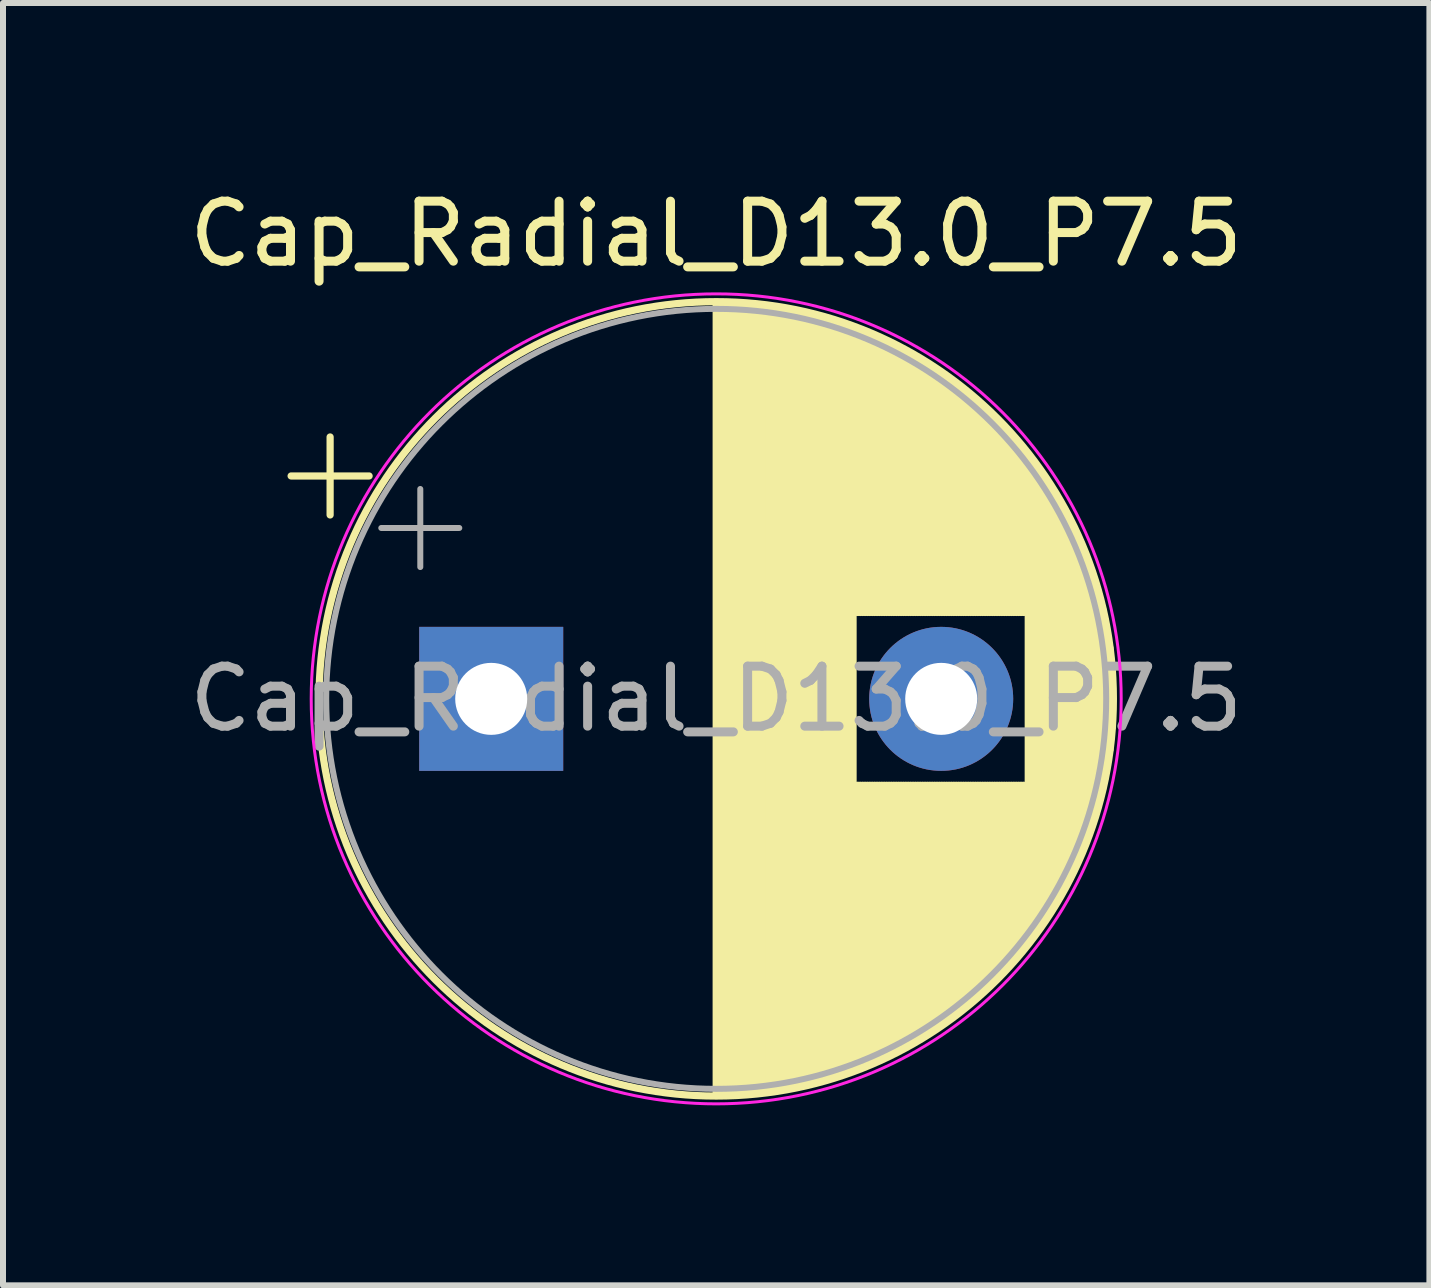
<source format=kicad_pcb>
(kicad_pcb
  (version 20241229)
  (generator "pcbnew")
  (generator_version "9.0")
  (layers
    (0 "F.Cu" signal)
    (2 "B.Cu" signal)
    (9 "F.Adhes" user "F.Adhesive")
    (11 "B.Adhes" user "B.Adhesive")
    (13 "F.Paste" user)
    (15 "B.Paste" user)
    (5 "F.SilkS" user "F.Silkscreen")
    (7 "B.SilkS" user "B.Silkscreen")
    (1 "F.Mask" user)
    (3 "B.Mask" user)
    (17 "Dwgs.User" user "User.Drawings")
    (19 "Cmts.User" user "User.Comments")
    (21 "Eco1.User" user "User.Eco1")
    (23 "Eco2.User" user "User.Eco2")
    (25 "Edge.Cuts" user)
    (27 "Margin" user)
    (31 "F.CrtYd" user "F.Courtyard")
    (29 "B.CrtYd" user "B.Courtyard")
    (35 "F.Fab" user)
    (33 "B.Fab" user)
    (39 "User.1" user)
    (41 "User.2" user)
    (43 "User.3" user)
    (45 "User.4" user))
  (footprint "Cap_Radial_D13.0_P7.5"
    (layer "F.Cu")
    (at 8.887 8.598)
    (property "Reference" "Cap_Radial_D13.0_P7.5" (at 0 -7.75 0) (layer "F.SilkS") (effects (font (size 1 1) (thickness 0.15))))
    (fp_line (start -7.085 -3.715) (end -5.785 -3.715) (stroke (width 0.12) (type solid)) (layer "F.SilkS"))
    (fp_line (start -6.435 -4.365) (end -6.435 -3.065) (stroke (width 0.12) (type solid)) (layer "F.SilkS"))
    (fp_line (start 0 -6.58) (end 0 6.58) (stroke (width 0.12) (type solid)) (layer "F.SilkS"))
    (fp_line (start 0.04 -6.58) (end 0.04 6.58) (stroke (width 0.12) (type solid)) (layer "F.SilkS"))
    (fp_line (start 0.08 -6.58) (end 0.08 6.58) (stroke (width 0.12) (type solid)) (layer "F.SilkS"))
    (fp_line (start 0.12 -6.579) (end 0.12 6.579) (stroke (width 0.12) (type solid)) (layer "F.SilkS"))
    (fp_line (start 0.16 -6.579) (end 0.16 6.579) (stroke (width 0.12) (type solid)) (layer "F.SilkS"))
    (fp_line (start 0.2 -6.577) (end 0.2 6.577) (stroke (width 0.12) (type solid)) (layer "F.SilkS"))
    (fp_line (start 0.24 -6.576) (end 0.24 6.576) (stroke (width 0.12) (type solid)) (layer "F.SilkS"))
    (fp_line (start 0.28 -6.575) (end 0.28 6.575) (stroke (width 0.12) (type solid)) (layer "F.SilkS"))
    (fp_line (start 0.32 -6.573) (end 0.32 6.573) (stroke (width 0.12) (type solid)) (layer "F.SilkS"))
    (fp_line (start 0.36 -6.571) (end 0.36 6.571) (stroke (width 0.12) (type solid)) (layer "F.SilkS"))
    (fp_line (start 0.4 -6.568) (end 0.4 6.568) (stroke (width 0.12) (type solid)) (layer "F.SilkS"))
    (fp_line (start 0.44 -6.566) (end 0.44 6.566) (stroke (width 0.12) (type solid)) (layer "F.SilkS"))
    (fp_line (start 0.48 -6.563) (end 0.48 6.563) (stroke (width 0.12) (type solid)) (layer "F.SilkS"))
    (fp_line (start 0.52 -6.56) (end 0.52 6.56) (stroke (width 0.12) (type solid)) (layer "F.SilkS"))
    (fp_line (start 0.56 -6.557) (end 0.56 6.557) (stroke (width 0.12) (type solid)) (layer "F.SilkS"))
    (fp_line (start 0.6 -6.553) (end 0.6 6.553) (stroke (width 0.12) (type solid)) (layer "F.SilkS"))
    (fp_line (start 0.64 -6.549) (end 0.64 6.549) (stroke (width 0.12) (type solid)) (layer "F.SilkS"))
    (fp_line (start 0.68 -6.545) (end 0.68 6.545) (stroke (width 0.12) (type solid)) (layer "F.SilkS"))
    (fp_line (start 0.721 -6.541) (end 0.721 6.541) (stroke (width 0.12) (type solid)) (layer "F.SilkS"))
    (fp_line (start 0.761 -6.537) (end 0.761 6.537) (stroke (width 0.12) (type solid)) (layer "F.SilkS"))
    (fp_line (start 0.801 -6.532) (end 0.801 6.532) (stroke (width 0.12) (type solid)) (layer "F.SilkS"))
    (fp_line (start 0.841 -6.527) (end 0.841 6.527) (stroke (width 0.12) (type solid)) (layer "F.SilkS"))
    (fp_line (start 0.881 -6.522) (end 0.881 6.522) (stroke (width 0.12) (type solid)) (layer "F.SilkS"))
    (fp_line (start 0.921 -6.516) (end 0.921 6.516) (stroke (width 0.12) (type solid)) (layer "F.SilkS"))
    (fp_line (start 0.961 -6.511) (end 0.961 6.511) (stroke (width 0.12) (type solid)) (layer "F.SilkS"))
    (fp_line (start 1.001 -6.505) (end 1.001 6.505) (stroke (width 0.12) (type solid)) (layer "F.SilkS"))
    (fp_line (start 1.041 -6.498) (end 1.041 6.498) (stroke (width 0.12) (type solid)) (layer "F.SilkS"))
    (fp_line (start 1.081 -6.492) (end 1.081 6.492) (stroke (width 0.12) (type solid)) (layer "F.SilkS"))
    (fp_line (start 1.121 -6.485) (end 1.121 6.485) (stroke (width 0.12) (type solid)) (layer "F.SilkS"))
    (fp_line (start 1.161 -6.478) (end 1.161 6.478) (stroke (width 0.12) (type solid)) (layer "F.SilkS"))
    (fp_line (start 1.201 -6.471) (end 1.201 6.471) (stroke (width 0.12) (type solid)) (layer "F.SilkS"))
    (fp_line (start 1.241 -6.463) (end 1.241 6.463) (stroke (width 0.12) (type solid)) (layer "F.SilkS"))
    (fp_line (start 1.281 -6.456) (end 1.281 6.456) (stroke (width 0.12) (type solid)) (layer "F.SilkS"))
    (fp_line (start 1.321 -6.448) (end 1.321 6.448) (stroke (width 0.12) (type solid)) (layer "F.SilkS"))
    (fp_line (start 1.361 -6.439) (end 1.361 6.439) (stroke (width 0.12) (type solid)) (layer "F.SilkS"))
    (fp_line (start 1.401 -6.431) (end 1.401 6.431) (stroke (width 0.12) (type solid)) (layer "F.SilkS"))
    (fp_line (start 1.441 -6.422) (end 1.441 6.422) (stroke (width 0.12) (type solid)) (layer "F.SilkS"))
    (fp_line (start 1.481 -6.413) (end 1.481 6.413) (stroke (width 0.12) (type solid)) (layer "F.SilkS"))
    (fp_line (start 1.521 -6.404) (end 1.521 6.404) (stroke (width 0.12) (type solid)) (layer "F.SilkS"))
    (fp_line (start 1.561 -6.394) (end 1.561 6.394) (stroke (width 0.12) (type solid)) (layer "F.SilkS"))
    (fp_line (start 1.601 -6.384) (end 1.601 6.384) (stroke (width 0.12) (type solid)) (layer "F.SilkS"))
    (fp_line (start 1.641 -6.374) (end 1.641 6.374) (stroke (width 0.12) (type solid)) (layer "F.SilkS"))
    (fp_line (start 1.681 -6.364) (end 1.681 6.364) (stroke (width 0.12) (type solid)) (layer "F.SilkS"))
    (fp_line (start 1.721 -6.353) (end 1.721 6.353) (stroke (width 0.12) (type solid)) (layer "F.SilkS"))
    (fp_line (start 1.761 -6.342) (end 1.761 6.342) (stroke (width 0.12) (type solid)) (layer "F.SilkS"))
    (fp_line (start 1.801 -6.331) (end 1.801 6.331) (stroke (width 0.12) (type solid)) (layer "F.SilkS"))
    (fp_line (start 1.841 -6.32) (end 1.841 6.32) (stroke (width 0.12) (type solid)) (layer "F.SilkS"))
    (fp_line (start 1.881 -6.308) (end 1.881 6.308) (stroke (width 0.12) (type solid)) (layer "F.SilkS"))
    (fp_line (start 1.921 -6.296) (end 1.921 6.296) (stroke (width 0.12) (type solid)) (layer "F.SilkS"))
    (fp_line (start 1.961 -6.284) (end 1.961 6.284) (stroke (width 0.12) (type solid)) (layer "F.SilkS"))
    (fp_line (start 2.001 -6.271) (end 2.001 6.271) (stroke (width 0.12) (type solid)) (layer "F.SilkS"))
    (fp_line (start 2.041 -6.258) (end 2.041 6.258) (stroke (width 0.12) (type solid)) (layer "F.SilkS"))
    (fp_line (start 2.081 -6.245) (end 2.081 6.245) (stroke (width 0.12) (type solid)) (layer "F.SilkS"))
    (fp_line (start 2.121 -6.232) (end 2.121 6.232) (stroke (width 0.12) (type solid)) (layer "F.SilkS"))
    (fp_line (start 2.161 -6.218) (end 2.161 6.218) (stroke (width 0.12) (type solid)) (layer "F.SilkS"))
    (fp_line (start 2.201 -6.204) (end 2.201 6.204) (stroke (width 0.12) (type solid)) (layer "F.SilkS"))
    (fp_line (start 2.241 -6.19) (end 2.241 6.19) (stroke (width 0.12) (type solid)) (layer "F.SilkS"))
    (fp_line (start 2.281 -6.175) (end 2.281 6.175) (stroke (width 0.12) (type solid)) (layer "F.SilkS"))
    (fp_line (start 2.321 -6.161) (end 2.321 -1.44) (stroke (width 0.12) (type solid)) (layer "F.SilkS"))
    (fp_line (start 2.321 1.44) (end 2.321 6.161) (stroke (width 0.12) (type solid)) (layer "F.SilkS"))
    (fp_line (start 2.361 -6.146) (end 2.361 -1.44) (stroke (width 0.12) (type solid)) (layer "F.SilkS"))
    (fp_line (start 2.361 1.44) (end 2.361 6.146) (stroke (width 0.12) (type solid)) (layer "F.SilkS"))
    (fp_line (start 2.401 -6.13) (end 2.401 -1.44) (stroke (width 0.12) (type solid)) (layer "F.SilkS"))
    (fp_line (start 2.401 1.44) (end 2.401 6.13) (stroke (width 0.12) (type solid)) (layer "F.SilkS"))
    (fp_line (start 2.441 -6.114) (end 2.441 -1.44) (stroke (width 0.12) (type solid)) (layer "F.SilkS"))
    (fp_line (start 2.441 1.44) (end 2.441 6.114) (stroke (width 0.12) (type solid)) (layer "F.SilkS"))
    (fp_line (start 2.481 -6.098) (end 2.481 -1.44) (stroke (width 0.12) (type solid)) (layer "F.SilkS"))
    (fp_line (start 2.481 1.44) (end 2.481 6.098) (stroke (width 0.12) (type solid)) (layer "F.SilkS"))
    (fp_line (start 2.521 -6.082) (end 2.521 -1.44) (stroke (width 0.12) (type solid)) (layer "F.SilkS"))
    (fp_line (start 2.521 1.44) (end 2.521 6.082) (stroke (width 0.12) (type solid)) (layer "F.SilkS"))
    (fp_line (start 2.561 -6.065) (end 2.561 -1.44) (stroke (width 0.12) (type solid)) (layer "F.SilkS"))
    (fp_line (start 2.561 1.44) (end 2.561 6.065) (stroke (width 0.12) (type solid)) (layer "F.SilkS"))
    (fp_line (start 2.601 -6.049) (end 2.601 -1.44) (stroke (width 0.12) (type solid)) (layer "F.SilkS"))
    (fp_line (start 2.601 1.44) (end 2.601 6.049) (stroke (width 0.12) (type solid)) (layer "F.SilkS"))
    (fp_line (start 2.641 -6.031) (end 2.641 -1.44) (stroke (width 0.12) (type solid)) (layer "F.SilkS"))
    (fp_line (start 2.641 1.44) (end 2.641 6.031) (stroke (width 0.12) (type solid)) (layer "F.SilkS"))
    (fp_line (start 2.681 -6.014) (end 2.681 -1.44) (stroke (width 0.12) (type solid)) (layer "F.SilkS"))
    (fp_line (start 2.681 1.44) (end 2.681 6.014) (stroke (width 0.12) (type solid)) (layer "F.SilkS"))
    (fp_line (start 2.721 -5.996) (end 2.721 -1.44) (stroke (width 0.12) (type solid)) (layer "F.SilkS"))
    (fp_line (start 2.721 1.44) (end 2.721 5.996) (stroke (width 0.12) (type solid)) (layer "F.SilkS"))
    (fp_line (start 2.761 -5.978) (end 2.761 -1.44) (stroke (width 0.12) (type solid)) (layer "F.SilkS"))
    (fp_line (start 2.761 1.44) (end 2.761 5.978) (stroke (width 0.12) (type solid)) (layer "F.SilkS"))
    (fp_line (start 2.801 -5.959) (end 2.801 -1.44) (stroke (width 0.12) (type solid)) (layer "F.SilkS"))
    (fp_line (start 2.801 1.44) (end 2.801 5.959) (stroke (width 0.12) (type solid)) (layer "F.SilkS"))
    (fp_line (start 2.841 -5.94) (end 2.841 -1.44) (stroke (width 0.12) (type solid)) (layer "F.SilkS"))
    (fp_line (start 2.841 1.44) (end 2.841 5.94) (stroke (width 0.12) (type solid)) (layer "F.SilkS"))
    (fp_line (start 2.881 -5.921) (end 2.881 -1.44) (stroke (width 0.12) (type solid)) (layer "F.SilkS"))
    (fp_line (start 2.881 1.44) (end 2.881 5.921) (stroke (width 0.12) (type solid)) (layer "F.SilkS"))
    (fp_line (start 2.921 -5.902) (end 2.921 -1.44) (stroke (width 0.12) (type solid)) (layer "F.SilkS"))
    (fp_line (start 2.921 1.44) (end 2.921 5.902) (stroke (width 0.12) (type solid)) (layer "F.SilkS"))
    (fp_line (start 2.961 -5.882) (end 2.961 -1.44) (stroke (width 0.12) (type solid)) (layer "F.SilkS"))
    (fp_line (start 2.961 1.44) (end 2.961 5.882) (stroke (width 0.12) (type solid)) (layer "F.SilkS"))
    (fp_line (start 3.001 -5.862) (end 3.001 -1.44) (stroke (width 0.12) (type solid)) (layer "F.SilkS"))
    (fp_line (start 3.001 1.44) (end 3.001 5.862) (stroke (width 0.12) (type solid)) (layer "F.SilkS"))
    (fp_line (start 3.041 -5.841) (end 3.041 -1.44) (stroke (width 0.12) (type solid)) (layer "F.SilkS"))
    (fp_line (start 3.041 1.44) (end 3.041 5.841) (stroke (width 0.12) (type solid)) (layer "F.SilkS"))
    (fp_line (start 3.081 -5.82) (end 3.081 -1.44) (stroke (width 0.12) (type solid)) (layer "F.SilkS"))
    (fp_line (start 3.081 1.44) (end 3.081 5.82) (stroke (width 0.12) (type solid)) (layer "F.SilkS"))
    (fp_line (start 3.121 -5.799) (end 3.121 -1.44) (stroke (width 0.12) (type solid)) (layer "F.SilkS"))
    (fp_line (start 3.121 1.44) (end 3.121 5.799) (stroke (width 0.12) (type solid)) (layer "F.SilkS"))
    (fp_line (start 3.161 -5.778) (end 3.161 -1.44) (stroke (width 0.12) (type solid)) (layer "F.SilkS"))
    (fp_line (start 3.161 1.44) (end 3.161 5.778) (stroke (width 0.12) (type solid)) (layer "F.SilkS"))
    (fp_line (start 3.201 -5.756) (end 3.201 -1.44) (stroke (width 0.12) (type solid)) (layer "F.SilkS"))
    (fp_line (start 3.201 1.44) (end 3.201 5.756) (stroke (width 0.12) (type solid)) (layer "F.SilkS"))
    (fp_line (start 3.241 -5.733) (end 3.241 -1.44) (stroke (width 0.12) (type solid)) (layer "F.SilkS"))
    (fp_line (start 3.241 1.44) (end 3.241 5.733) (stroke (width 0.12) (type solid)) (layer "F.SilkS"))
    (fp_line (start 3.281 -5.711) (end 3.281 -1.44) (stroke (width 0.12) (type solid)) (layer "F.SilkS"))
    (fp_line (start 3.281 1.44) (end 3.281 5.711) (stroke (width 0.12) (type solid)) (layer "F.SilkS"))
    (fp_line (start 3.321 -5.688) (end 3.321 -1.44) (stroke (width 0.12) (type solid)) (layer "F.SilkS"))
    (fp_line (start 3.321 1.44) (end 3.321 5.688) (stroke (width 0.12) (type solid)) (layer "F.SilkS"))
    (fp_line (start 3.361 -5.664) (end 3.361 -1.44) (stroke (width 0.12) (type solid)) (layer "F.SilkS"))
    (fp_line (start 3.361 1.44) (end 3.361 5.664) (stroke (width 0.12) (type solid)) (layer "F.SilkS"))
    (fp_line (start 3.401 -5.641) (end 3.401 -1.44) (stroke (width 0.12) (type solid)) (layer "F.SilkS"))
    (fp_line (start 3.401 1.44) (end 3.401 5.641) (stroke (width 0.12) (type solid)) (layer "F.SilkS"))
    (fp_line (start 3.441 -5.617) (end 3.441 -1.44) (stroke (width 0.12) (type solid)) (layer "F.SilkS"))
    (fp_line (start 3.441 1.44) (end 3.441 5.617) (stroke (width 0.12) (type solid)) (layer "F.SilkS"))
    (fp_line (start 3.481 -5.592) (end 3.481 -1.44) (stroke (width 0.12) (type solid)) (layer "F.SilkS"))
    (fp_line (start 3.481 1.44) (end 3.481 5.592) (stroke (width 0.12) (type solid)) (layer "F.SilkS"))
    (fp_line (start 3.521 -5.567) (end 3.521 -1.44) (stroke (width 0.12) (type solid)) (layer "F.SilkS"))
    (fp_line (start 3.521 1.44) (end 3.521 5.567) (stroke (width 0.12) (type solid)) (layer "F.SilkS"))
    (fp_line (start 3.561 -5.542) (end 3.561 -1.44) (stroke (width 0.12) (type solid)) (layer "F.SilkS"))
    (fp_line (start 3.561 1.44) (end 3.561 5.542) (stroke (width 0.12) (type solid)) (layer "F.SilkS"))
    (fp_line (start 3.601 -5.516) (end 3.601 -1.44) (stroke (width 0.12) (type solid)) (layer "F.SilkS"))
    (fp_line (start 3.601 1.44) (end 3.601 5.516) (stroke (width 0.12) (type solid)) (layer "F.SilkS"))
    (fp_line (start 3.641 -5.49) (end 3.641 -1.44) (stroke (width 0.12) (type solid)) (layer "F.SilkS"))
    (fp_line (start 3.641 1.44) (end 3.641 5.49) (stroke (width 0.12) (type solid)) (layer "F.SilkS"))
    (fp_line (start 3.681 -5.463) (end 3.681 -1.44) (stroke (width 0.12) (type solid)) (layer "F.SilkS"))
    (fp_line (start 3.681 1.44) (end 3.681 5.463) (stroke (width 0.12) (type solid)) (layer "F.SilkS"))
    (fp_line (start 3.721 -5.436) (end 3.721 -1.44) (stroke (width 0.12) (type solid)) (layer "F.SilkS"))
    (fp_line (start 3.721 1.44) (end 3.721 5.436) (stroke (width 0.12) (type solid)) (layer "F.SilkS"))
    (fp_line (start 3.761 -5.409) (end 3.761 -1.44) (stroke (width 0.12) (type solid)) (layer "F.SilkS"))
    (fp_line (start 3.761 1.44) (end 3.761 5.409) (stroke (width 0.12) (type solid)) (layer "F.SilkS"))
    (fp_line (start 3.801 -5.381) (end 3.801 -1.44) (stroke (width 0.12) (type solid)) (layer "F.SilkS"))
    (fp_line (start 3.801 1.44) (end 3.801 5.381) (stroke (width 0.12) (type solid)) (layer "F.SilkS"))
    (fp_line (start 3.841 -5.353) (end 3.841 -1.44) (stroke (width 0.12) (type solid)) (layer "F.SilkS"))
    (fp_line (start 3.841 1.44) (end 3.841 5.353) (stroke (width 0.12) (type solid)) (layer "F.SilkS"))
    (fp_line (start 3.881 -5.324) (end 3.881 -1.44) (stroke (width 0.12) (type solid)) (layer "F.SilkS"))
    (fp_line (start 3.881 1.44) (end 3.881 5.324) (stroke (width 0.12) (type solid)) (layer "F.SilkS"))
    (fp_line (start 3.921 -5.295) (end 3.921 -1.44) (stroke (width 0.12) (type solid)) (layer "F.SilkS"))
    (fp_line (start 3.921 1.44) (end 3.921 5.295) (stroke (width 0.12) (type solid)) (layer "F.SilkS"))
    (fp_line (start 3.961 -5.265) (end 3.961 -1.44) (stroke (width 0.12) (type solid)) (layer "F.SilkS"))
    (fp_line (start 3.961 1.44) (end 3.961 5.265) (stroke (width 0.12) (type solid)) (layer "F.SilkS"))
    (fp_line (start 4.001 -5.235) (end 4.001 -1.44) (stroke (width 0.12) (type solid)) (layer "F.SilkS"))
    (fp_line (start 4.001 1.44) (end 4.001 5.235) (stroke (width 0.12) (type solid)) (layer "F.SilkS"))
    (fp_line (start 4.041 -5.205) (end 4.041 -1.44) (stroke (width 0.12) (type solid)) (layer "F.SilkS"))
    (fp_line (start 4.041 1.44) (end 4.041 5.205) (stroke (width 0.12) (type solid)) (layer "F.SilkS"))
    (fp_line (start 4.081 -5.174) (end 4.081 -1.44) (stroke (width 0.12) (type solid)) (layer "F.SilkS"))
    (fp_line (start 4.081 1.44) (end 4.081 5.174) (stroke (width 0.12) (type solid)) (layer "F.SilkS"))
    (fp_line (start 4.121 -5.142) (end 4.121 -1.44) (stroke (width 0.12) (type solid)) (layer "F.SilkS"))
    (fp_line (start 4.121 1.44) (end 4.121 5.142) (stroke (width 0.12) (type solid)) (layer "F.SilkS"))
    (fp_line (start 4.161 -5.11) (end 4.161 -1.44) (stroke (width 0.12) (type solid)) (layer "F.SilkS"))
    (fp_line (start 4.161 1.44) (end 4.161 5.11) (stroke (width 0.12) (type solid)) (layer "F.SilkS"))
    (fp_line (start 4.201 -5.078) (end 4.201 -1.44) (stroke (width 0.12) (type solid)) (layer "F.SilkS"))
    (fp_line (start 4.201 1.44) (end 4.201 5.078) (stroke (width 0.12) (type solid)) (layer "F.SilkS"))
    (fp_line (start 4.241 -5.044) (end 4.241 -1.44) (stroke (width 0.12) (type solid)) (layer "F.SilkS"))
    (fp_line (start 4.241 1.44) (end 4.241 5.044) (stroke (width 0.12) (type solid)) (layer "F.SilkS"))
    (fp_line (start 4.281 -5.011) (end 4.281 -1.44) (stroke (width 0.12) (type solid)) (layer "F.SilkS"))
    (fp_line (start 4.281 1.44) (end 4.281 5.011) (stroke (width 0.12) (type solid)) (layer "F.SilkS"))
    (fp_line (start 4.321 -4.977) (end 4.321 -1.44) (stroke (width 0.12) (type solid)) (layer "F.SilkS"))
    (fp_line (start 4.321 1.44) (end 4.321 4.977) (stroke (width 0.12) (type solid)) (layer "F.SilkS"))
    (fp_line (start 4.361 -4.942) (end 4.361 -1.44) (stroke (width 0.12) (type solid)) (layer "F.SilkS"))
    (fp_line (start 4.361 1.44) (end 4.361 4.942) (stroke (width 0.12) (type solid)) (layer "F.SilkS"))
    (fp_line (start 4.401 -4.907) (end 4.401 -1.44) (stroke (width 0.12) (type solid)) (layer "F.SilkS"))
    (fp_line (start 4.401 1.44) (end 4.401 4.907) (stroke (width 0.12) (type solid)) (layer "F.SilkS"))
    (fp_line (start 4.441 -4.871) (end 4.441 -1.44) (stroke (width 0.12) (type solid)) (layer "F.SilkS"))
    (fp_line (start 4.441 1.44) (end 4.441 4.871) (stroke (width 0.12) (type solid)) (layer "F.SilkS"))
    (fp_line (start 4.481 -4.834) (end 4.481 -1.44) (stroke (width 0.12) (type solid)) (layer "F.SilkS"))
    (fp_line (start 4.481 1.44) (end 4.481 4.834) (stroke (width 0.12) (type solid)) (layer "F.SilkS"))
    (fp_line (start 4.521 -4.797) (end 4.521 -1.44) (stroke (width 0.12) (type solid)) (layer "F.SilkS"))
    (fp_line (start 4.521 1.44) (end 4.521 4.797) (stroke (width 0.12) (type solid)) (layer "F.SilkS"))
    (fp_line (start 4.561 -4.76) (end 4.561 -1.44) (stroke (width 0.12) (type solid)) (layer "F.SilkS"))
    (fp_line (start 4.561 1.44) (end 4.561 4.76) (stroke (width 0.12) (type solid)) (layer "F.SilkS"))
    (fp_line (start 4.601 -4.721) (end 4.601 -1.44) (stroke (width 0.12) (type solid)) (layer "F.SilkS"))
    (fp_line (start 4.601 1.44) (end 4.601 4.721) (stroke (width 0.12) (type solid)) (layer "F.SilkS"))
    (fp_line (start 4.641 -4.682) (end 4.641 -1.44) (stroke (width 0.12) (type solid)) (layer "F.SilkS"))
    (fp_line (start 4.641 1.44) (end 4.641 4.682) (stroke (width 0.12) (type solid)) (layer "F.SilkS"))
    (fp_line (start 4.681 -4.643) (end 4.681 -1.44) (stroke (width 0.12) (type solid)) (layer "F.SilkS"))
    (fp_line (start 4.681 1.44) (end 4.681 4.643) (stroke (width 0.12) (type solid)) (layer "F.SilkS"))
    (fp_line (start 4.721 -4.602) (end 4.721 -1.44) (stroke (width 0.12) (type solid)) (layer "F.SilkS"))
    (fp_line (start 4.721 1.44) (end 4.721 4.602) (stroke (width 0.12) (type solid)) (layer "F.SilkS"))
    (fp_line (start 4.761 -4.561) (end 4.761 -1.44) (stroke (width 0.12) (type solid)) (layer "F.SilkS"))
    (fp_line (start 4.761 1.44) (end 4.761 4.561) (stroke (width 0.12) (type solid)) (layer "F.SilkS"))
    (fp_line (start 4.801 -4.519) (end 4.801 -1.44) (stroke (width 0.12) (type solid)) (layer "F.SilkS"))
    (fp_line (start 4.801 1.44) (end 4.801 4.519) (stroke (width 0.12) (type solid)) (layer "F.SilkS"))
    (fp_line (start 4.841 -4.477) (end 4.841 -1.44) (stroke (width 0.12) (type solid)) (layer "F.SilkS"))
    (fp_line (start 4.841 1.44) (end 4.841 4.477) (stroke (width 0.12) (type solid)) (layer "F.SilkS"))
    (fp_line (start 4.881 -4.434) (end 4.881 -1.44) (stroke (width 0.12) (type solid)) (layer "F.SilkS"))
    (fp_line (start 4.881 1.44) (end 4.881 4.434) (stroke (width 0.12) (type solid)) (layer "F.SilkS"))
    (fp_line (start 4.921 -4.39) (end 4.921 -1.44) (stroke (width 0.12) (type solid)) (layer "F.SilkS"))
    (fp_line (start 4.921 1.44) (end 4.921 4.39) (stroke (width 0.12) (type solid)) (layer "F.SilkS"))
    (fp_line (start 4.961 -4.345) (end 4.961 -1.44) (stroke (width 0.12) (type solid)) (layer "F.SilkS"))
    (fp_line (start 4.961 1.44) (end 4.961 4.345) (stroke (width 0.12) (type solid)) (layer "F.SilkS"))
    (fp_line (start 5.001 -4.299) (end 5.001 -1.44) (stroke (width 0.12) (type solid)) (layer "F.SilkS"))
    (fp_line (start 5.001 1.44) (end 5.001 4.299) (stroke (width 0.12) (type solid)) (layer "F.SilkS"))
    (fp_line (start 5.041 -4.253) (end 5.041 -1.44) (stroke (width 0.12) (type solid)) (layer "F.SilkS"))
    (fp_line (start 5.041 1.44) (end 5.041 4.253) (stroke (width 0.12) (type solid)) (layer "F.SilkS"))
    (fp_line (start 5.081 -4.205) (end 5.081 -1.44) (stroke (width 0.12) (type solid)) (layer "F.SilkS"))
    (fp_line (start 5.081 1.44) (end 5.081 4.205) (stroke (width 0.12) (type solid)) (layer "F.SilkS"))
    (fp_line (start 5.121 -4.157) (end 5.121 -1.44) (stroke (width 0.12) (type solid)) (layer "F.SilkS"))
    (fp_line (start 5.121 1.44) (end 5.121 4.157) (stroke (width 0.12) (type solid)) (layer "F.SilkS"))
    (fp_line (start 5.161 -4.108) (end 5.161 -1.44) (stroke (width 0.12) (type solid)) (layer "F.SilkS"))
    (fp_line (start 5.161 1.44) (end 5.161 4.108) (stroke (width 0.12) (type solid)) (layer "F.SilkS"))
    (fp_line (start 5.201 -4.057) (end 5.201 4.057) (stroke (width 0.12) (type solid)) (layer "F.SilkS"))
    (fp_line (start 5.241 -4.006) (end 5.241 4.006) (stroke (width 0.12) (type solid)) (layer "F.SilkS"))
    (fp_line (start 5.281 -3.954) (end 5.281 3.954) (stroke (width 0.12) (type solid)) (layer "F.SilkS"))
    (fp_line (start 5.321 -3.9) (end 5.321 3.9) (stroke (width 0.12) (type solid)) (layer "F.SilkS"))
    (fp_line (start 5.361 -3.846) (end 5.361 3.846) (stroke (width 0.12) (type solid)) (layer "F.SilkS"))
    (fp_line (start 5.401 -3.79) (end 5.401 3.79) (stroke (width 0.12) (type solid)) (layer "F.SilkS"))
    (fp_line (start 5.441 -3.733) (end 5.441 3.733) (stroke (width 0.12) (type solid)) (layer "F.SilkS"))
    (fp_line (start 5.481 -3.675) (end 5.481 3.675) (stroke (width 0.12) (type solid)) (layer "F.SilkS"))
    (fp_line (start 5.521 -3.615) (end 5.521 3.615) (stroke (width 0.12) (type solid)) (layer "F.SilkS"))
    (fp_line (start 5.561 -3.554) (end 5.561 3.554) (stroke (width 0.12) (type solid)) (layer "F.SilkS"))
    (fp_line (start 5.601 -3.491) (end 5.601 3.491) (stroke (width 0.12) (type solid)) (layer "F.SilkS"))
    (fp_line (start 5.641 -3.427) (end 5.641 3.427) (stroke (width 0.12) (type solid)) (layer "F.SilkS"))
    (fp_line (start 5.681 -3.361) (end 5.681 3.361) (stroke (width 0.12) (type solid)) (layer "F.SilkS"))
    (fp_line (start 5.721 -3.293) (end 5.721 3.293) (stroke (width 0.12) (type solid)) (layer "F.SilkS"))
    (fp_line (start 5.761 -3.223) (end 5.761 3.223) (stroke (width 0.12) (type solid)) (layer "F.SilkS"))
    (fp_line (start 5.801 -3.152) (end 5.801 3.152) (stroke (width 0.12) (type solid)) (layer "F.SilkS"))
    (fp_line (start 5.841 -3.078) (end 5.841 3.078) (stroke (width 0.12) (type solid)) (layer "F.SilkS"))
    (fp_line (start 5.881 -3.002) (end 5.881 3.002) (stroke (width 0.12) (type solid)) (layer "F.SilkS"))
    (fp_line (start 5.921 -2.923) (end 5.921 2.923) (stroke (width 0.12) (type solid)) (layer "F.SilkS"))
    (fp_line (start 5.961 -2.842) (end 5.961 2.842) (stroke (width 0.12) (type solid)) (layer "F.SilkS"))
    (fp_line (start 6.001 -2.758) (end 6.001 2.758) (stroke (width 0.12) (type solid)) (layer "F.SilkS"))
    (fp_line (start 6.041 -2.67) (end 6.041 2.67) (stroke (width 0.12) (type solid)) (layer "F.SilkS"))
    (fp_line (start 6.081 -2.579) (end 6.081 2.579) (stroke (width 0.12) (type solid)) (layer "F.SilkS"))
    (fp_line (start 6.121 -2.484) (end 6.121 2.484) (stroke (width 0.12) (type solid)) (layer "F.SilkS"))
    (fp_line (start 6.161 -2.385) (end 6.161 2.385) (stroke (width 0.12) (type solid)) (layer "F.SilkS"))
    (fp_line (start 6.201 -2.281) (end 6.201 2.281) (stroke (width 0.12) (type solid)) (layer "F.SilkS"))
    (fp_line (start 6.241 -2.171) (end 6.241 2.171) (stroke (width 0.12) (type solid)) (layer "F.SilkS"))
    (fp_line (start 6.281 -2.055) (end 6.281 2.055) (stroke (width 0.12) (type solid)) (layer "F.SilkS"))
    (fp_line (start 6.321 -1.931) (end 6.321 1.931) (stroke (width 0.12) (type solid)) (layer "F.SilkS"))
    (fp_line (start 6.361 -1.798) (end 6.361 1.798) (stroke (width 0.12) (type solid)) (layer "F.SilkS"))
    (fp_line (start 6.401 -1.653) (end 6.401 1.653) (stroke (width 0.12) (type solid)) (layer "F.SilkS"))
    (fp_line (start 6.441 -1.494) (end 6.441 1.494) (stroke (width 0.12) (type solid)) (layer "F.SilkS"))
    (fp_line (start 6.481 -1.315) (end 6.481 1.315) (stroke (width 0.12) (type solid)) (layer "F.SilkS"))
    (fp_line (start 6.521 -1.107) (end 6.521 1.107) (stroke (width 0.12) (type solid)) (layer "F.SilkS"))
    (fp_line (start 6.561 -0.85) (end 6.561 0.85) (stroke (width 0.12) (type solid)) (layer "F.SilkS"))
    (fp_line (start 6.601 -0.475) (end 6.601 0.475) (stroke (width 0.12) (type solid)) (layer "F.SilkS"))
    (fp_circle (center 0 0) (end 6.62 0) (stroke (width 0.12) (type solid)) (fill no) (layer "F.SilkS"))
    (fp_circle (center 0 0) (end 6.75 0) (stroke (width 0.05) (type solid)) (fill no) (layer "F.CrtYd"))
    (fp_line (start -5.582 -2.848) (end -4.282 -2.848) (stroke (width 0.1) (type solid)) (layer "F.Fab"))
    (fp_line (start -4.932 -3.498) (end -4.932 -2.197) (stroke (width 0.1) (type solid)) (layer "F.Fab"))
    (fp_circle (center 0 0) (end 6.5 0) (stroke (width 0.1) (type solid)) (fill no) (layer "F.Fab"))
    (fp_text user "${REFERENCE}" (at 0 0 0) (layer "F.Fab") (effects (font (size 1 1) (thickness 0.15))))
    (pad "1" thru_hole rect (at -3.75 0) (size 2.4 2.4) (drill 1.2) (layers "*.Cu" "*.Mask"))
    (pad "2" thru_hole circle (at 3.75 0) (size 2.4 2.4) (drill 1.2) (layers "*.Cu" "*.Mask")))
  (gr_rect
    (start -3 -3)
    (end 20.774 18.373)
    (stroke (width 0.1) (type default))
    (fill no)
    (layer "Edge.Cuts")))
</source>
